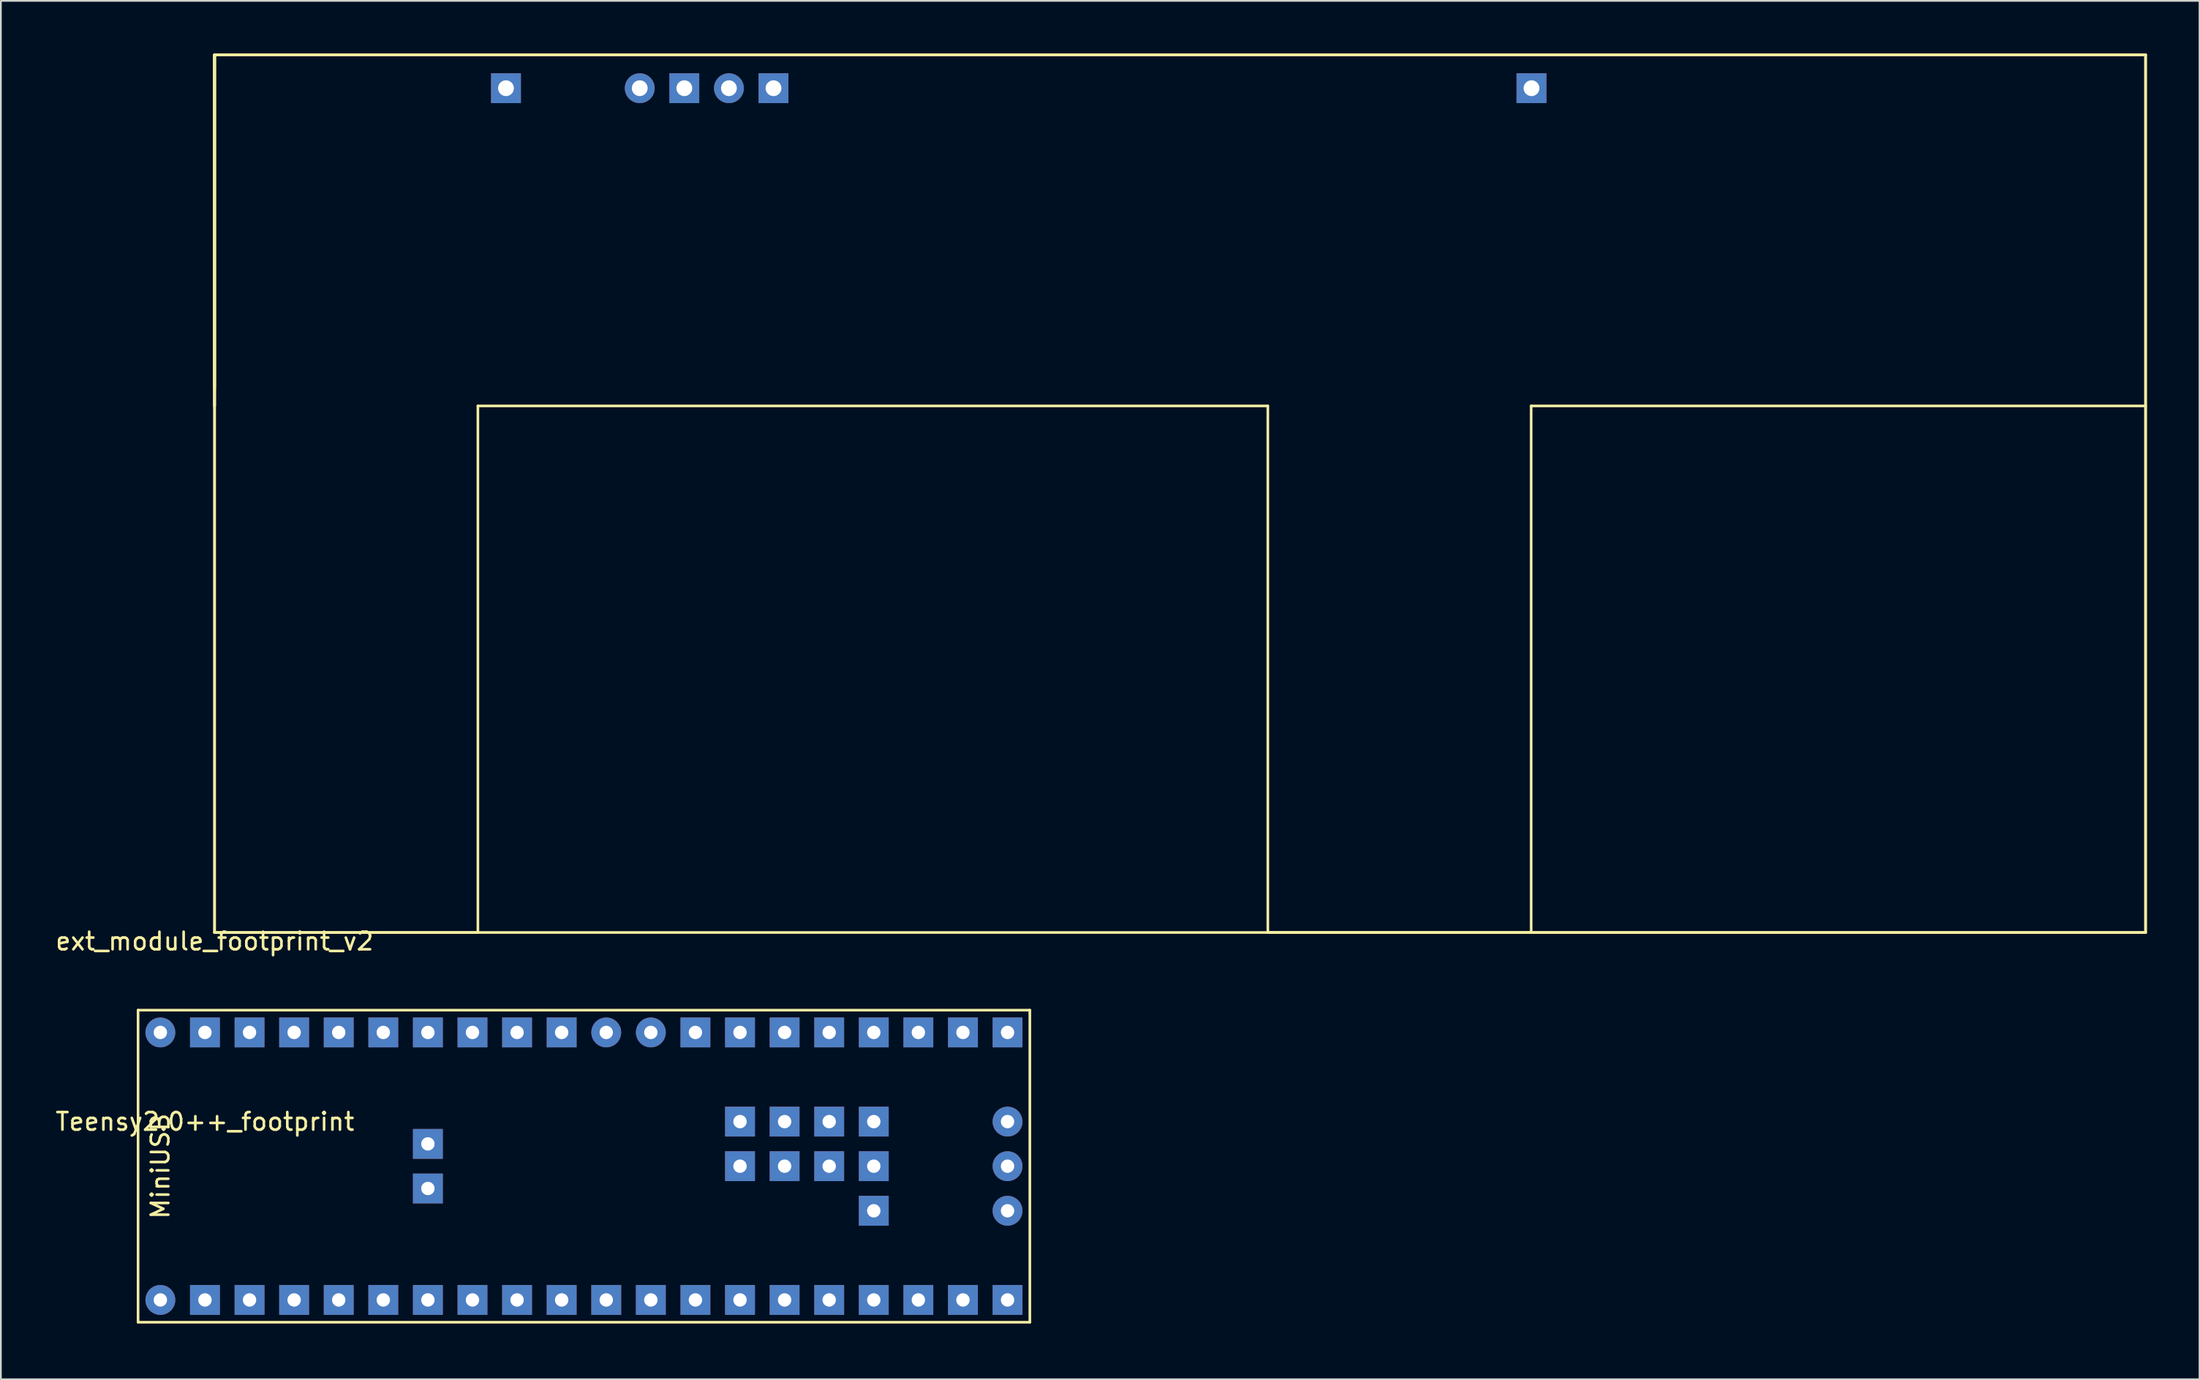
<source format=kicad_pcb>
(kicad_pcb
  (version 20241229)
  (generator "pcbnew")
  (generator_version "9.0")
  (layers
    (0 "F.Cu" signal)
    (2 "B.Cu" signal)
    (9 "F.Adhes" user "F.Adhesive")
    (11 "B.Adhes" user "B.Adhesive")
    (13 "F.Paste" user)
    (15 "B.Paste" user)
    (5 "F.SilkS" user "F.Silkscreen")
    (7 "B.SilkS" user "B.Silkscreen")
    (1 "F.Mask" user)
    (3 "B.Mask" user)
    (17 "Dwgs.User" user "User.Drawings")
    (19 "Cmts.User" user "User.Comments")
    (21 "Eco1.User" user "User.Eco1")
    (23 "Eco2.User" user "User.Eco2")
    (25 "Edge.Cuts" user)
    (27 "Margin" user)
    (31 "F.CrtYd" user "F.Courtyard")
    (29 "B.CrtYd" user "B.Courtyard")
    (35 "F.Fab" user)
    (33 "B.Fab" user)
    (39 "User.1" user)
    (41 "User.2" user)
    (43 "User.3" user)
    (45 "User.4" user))
  (footprint "ext_module_footprint_v2"
    (layer "F.Cu")
    (at 9.173 50.075)
    (property "Reference" "ext_module_footprint_v2" (at 0 0.5 0) (layer "F.SilkS") (effects (font (size 1 1) (thickness 0.15))))
    (attr through_hole)
    (fp_line (start 0 -50) (end 110 -50) (stroke (width 0.15) (type solid)) (layer "F.Mask"))
    (fp_line (start 0 -30) (end 0 -50) (stroke (width 0.15) (type solid)) (layer "F.Mask"))
    (fp_line (start 0 -30) (end 110 -30) (stroke (width 0.15) (type solid)) (layer "F.Mask"))
    (fp_line (start 0 0) (end 0 -30) (stroke (width 0.15) (type solid)) (layer "F.Mask"))
    (fp_line (start 0 0) (end 15 0) (stroke (width 0.15) (type solid)) (layer "F.Mask"))
    (fp_line (start 0 0) (end 60 0) (stroke (width 0.15) (type solid)) (layer "F.Mask"))
    (fp_line (start 15 0) (end 15 -50) (stroke (width 0.15) (type solid)) (layer "F.Mask"))
    (fp_line (start 60 0) (end 60 -50) (stroke (width 0.15) (type solid)) (layer "F.Mask"))
    (fp_line (start 110 -50) (end 110 -30) (stroke (width 0.15) (type solid)) (layer "F.Mask"))
    (fp_line (start 110 -30) (end 110 0) (stroke (width 0.15) (type solid)) (layer "F.Mask"))
    (fp_line (start 110 0) (end 60 0) (stroke (width 0.15) (type solid)) (layer "F.Mask"))
    (fp_line (start 0 -50) (end 0 -31) (stroke (width 0.15) (type solid)) (layer "F.SilkS"))
    (fp_line (start 0 -50) (end 0 -30) (stroke (width 0.15) (type solid)) (layer "F.SilkS"))
    (fp_line (start 0 -50) (end 0 0) (stroke (width 0.15) (type solid)) (layer "F.SilkS"))
    (fp_line (start 0 -31) (end 0 -50) (stroke (width 0.15) (type solid)) (layer "F.SilkS"))
    (fp_line (start 0 -30) (end 0 -50) (stroke (width 0.15) (type solid)) (layer "F.SilkS"))
    (fp_line (start 0 0) (end 0 -50) (stroke (width 0.15) (type solid)) (layer "F.SilkS"))
    (fp_line (start 0 0) (end 15 0) (stroke (width 0.15) (type solid)) (layer "F.SilkS"))
    (fp_line (start 0 0) (end 110 0) (stroke (width 0.15) (type solid)) (layer "F.SilkS"))
    (fp_line (start 15 -30) (end 60 -30) (stroke (width 0.15) (type solid)) (layer "F.SilkS"))
    (fp_line (start 15 0) (end 15 -30) (stroke (width 0.15) (type solid)) (layer "F.SilkS"))
    (fp_line (start 60 -30) (end 60 0) (stroke (width 0.15) (type solid)) (layer "F.SilkS"))
    (fp_line (start 60 0) (end 75 0) (stroke (width 0.15) (type solid)) (layer "F.SilkS"))
    (fp_line (start 60 0) (end 110 0) (stroke (width 0.15) (type solid)) (layer "F.SilkS"))
    (fp_line (start 75 -30) (end 110 -30) (stroke (width 0.15) (type solid)) (layer "F.SilkS"))
    (fp_line (start 75 0) (end 75 -30) (stroke (width 0.15) (type solid)) (layer "F.SilkS"))
    (fp_line (start 110 -50) (end 0 -50) (stroke (width 0.15) (type solid)) (layer "F.SilkS"))
    (fp_line (start 110 -50) (end 0 -50) (stroke (width 0.15) (type solid)) (layer "F.SilkS"))
    (fp_line (start 110 0) (end 110 -50) (stroke (width 0.15) (type solid)) (layer "F.SilkS"))
    (fp_line (start 110 0) (end 110 -50) (stroke (width 0.15) (type solid)) (layer "F.SilkS"))
    (pad "1" thru_hole rect (at 16.6 -48.1) (size 1.7 1.7) (drill 0.9) (layers "*.Cu" "*.Mask"))
    (pad "4" thru_hole circle (at 24.22 -48.1) (size 1.7 1.7) (drill 0.9) (layers "*.Cu" "*.Mask"))
    (pad "5" thru_hole rect (at 26.76 -48.1) (size 1.7 1.7) (drill 0.9) (layers "*.Cu" "*.Mask"))
    (pad "6" thru_hole circle (at 29.3 -48.1) (size 1.7 1.7) (drill 0.9) (layers "*.Cu" "*.Mask"))
    (pad "7" thru_hole rect (at 31.84 -48.1) (size 1.7 1.7) (drill 0.9) (layers "*.Cu" "*.Mask"))
    (pad "8" thru_hole rect (at 75.02 -48.1) (size 1.7 1.7) (drill 0.9) (layers "*.Cu" "*.Mask")))
  (footprint "Teensy2.0++_footprint"
    (layer "F.Cu")
    (at 4.815 72.278)
    (property "Reference" "Teensy2.0++_footprint" (at 3.81 -11.43 0) (layer "F.SilkS") (effects (font (size 1 1) (thickness 0.15))))
    (attr through_hole)
    (fp_line (start 0 -12.7) (end 3.81 -12.7) (stroke (width 0.15) (type solid)) (layer "F.Mask"))
    (fp_line (start 3.81 -12.7) (end 3.81 -5.08) (stroke (width 0.15) (type solid)) (layer "F.Mask"))
    (fp_line (start 3.81 -5.08) (end 0 -5.08) (stroke (width 0.15) (type solid)) (layer "F.Mask"))
    (fp_line (start 0 -17.78) (end 50.8 -17.78) (stroke (width 0.15) (type solid)) (layer "F.SilkS"))
    (fp_line (start 0 0) (end 0 -17.78) (stroke (width 0.15) (type solid)) (layer "F.SilkS"))
    (fp_line (start 50.8 -17.78) (end 50.8 0) (stroke (width 0.15) (type solid)) (layer "F.SilkS"))
    (fp_line (start 50.8 0) (end 0 0) (stroke (width 0.15) (type solid)) (layer "F.SilkS"))
    (fp_text user "MiniUSB" (at 1.27 -8.89 90) (layer "F.SilkS") (effects (font (size 1 1) (thickness 0.15))))
    (pad "0" thru_hole rect (at 6.35 -1.27) (size 1.7 1.7) (drill 0.762) (layers "*.Cu" "*.Mask"))
    (pad "1" thru_hole rect (at 8.89 -1.27) (size 1.7 1.7) (drill 0.762) (layers "*.Cu" "*.Mask"))
    (pad "2" thru_hole rect (at 11.43 -1.27) (size 1.7 1.7) (drill 0.762) (layers "*.Cu" "*.Mask"))
    (pad "3" thru_hole rect (at 13.97 -1.27) (size 1.7 1.7) (drill 0.762) (layers "*.Cu" "*.Mask"))
    (pad "4" thru_hole rect (at 16.51 -1.27) (size 1.7 1.7) (drill 0.762) (layers "*.Cu" "*.Mask"))
    (pad "5" thru_hole rect (at 19.05 -1.27) (size 1.7 1.7) (drill 0.762) (layers "*.Cu" "*.Mask"))
    (pad "6" thru_hole rect (at 21.59 -1.27) (size 1.7 1.7) (drill 0.762) (layers "*.Cu" "*.Mask"))
    (pad "7" thru_hole rect (at 24.13 -1.27) (size 1.7 1.7) (drill 0.762) (layers "*.Cu" "*.Mask"))
    (pad "8" thru_hole rect (at 26.67 -1.27) (size 1.7 1.7) (drill 0.762) (layers "*.Cu" "*.Mask"))
    (pad "9" thru_hole rect (at 29.21 -1.27) (size 1.7 1.7) (drill 0.762) (layers "*.Cu" "*.Mask"))
    (pad "10" thru_hole rect (at 31.75 -1.27) (size 1.7 1.7) (drill 0.762) (layers "*.Cu" "*.Mask"))
    (pad "11" thru_hole rect (at 34.29 -1.27) (size 1.7 1.7) (drill 0.762) (layers "*.Cu" "*.Mask"))
    (pad "12" thru_hole rect (at 36.83 -1.27) (size 1.7 1.7) (drill 0.762) (layers "*.Cu" "*.Mask"))
    (pad "13" thru_hole rect (at 39.37 -1.27) (size 1.7 1.7) (drill 0.762) (layers "*.Cu" "*.Mask"))
    (pad "14" thru_hole rect (at 41.91 -1.27) (size 1.7 1.7) (drill 0.762) (layers "*.Cu" "*.Mask"))
    (pad "15" thru_hole rect (at 44.45 -1.27) (size 1.7 1.7) (drill 0.762) (layers "*.Cu" "*.Mask"))
    (pad "16" thru_hole rect (at 46.99 -1.27) (size 1.7 1.7) (drill 0.762) (layers "*.Cu" "*.Mask"))
    (pad "17" thru_hole rect (at 49.53 -1.27) (size 1.7 1.7) (drill 0.762) (layers "*.Cu" "*.Mask"))
    (pad "18" thru_hole rect (at 24.13 -16.51) (size 1.7 1.7) (drill 0.762) (layers "*.Cu" "*.Mask"))
    (pad "19" thru_hole rect (at 21.59 -16.51) (size 1.7 1.7) (drill 0.762) (layers "*.Cu" "*.Mask"))
    (pad "20" thru_hole rect (at 19.05 -16.51) (size 1.7 1.7) (drill 0.762) (layers "*.Cu" "*.Mask"))
    (pad "21" thru_hole rect (at 16.51 -16.51) (size 1.7 1.7) (drill 0.762) (layers "*.Cu" "*.Mask"))
    (pad "22" thru_hole rect (at 13.97 -16.51) (size 1.7 1.7) (drill 0.762) (layers "*.Cu" "*.Mask"))
    (pad "23" thru_hole rect (at 11.43 -16.51) (size 1.7 1.7) (drill 0.762) (layers "*.Cu" "*.Mask"))
    (pad "24" thru_hole rect (at 8.89 -16.51) (size 1.7 1.7) (drill 0.762) (layers "*.Cu" "*.Mask"))
    (pad "25" thru_hole rect (at 6.35 -16.51) (size 1.7 1.7) (drill 0.762) (layers "*.Cu" "*.Mask"))
    (pad "26" thru_hole rect (at 3.81 -16.51) (size 1.7 1.7) (drill 0.762) (layers "*.Cu" "*.Mask"))
    (pad "27" thru_hole rect (at 3.81 -1.27) (size 1.7 1.7) (drill 0.762) (layers "*.Cu" "*.Mask"))
    (pad "28" thru_hole rect (at 34.29 -11.43) (size 1.7 1.7) (drill 0.762) (layers "*.Cu" "*.Mask"))
    (pad "29" thru_hole rect (at 36.83 -11.43) (size 1.7 1.7) (drill 0.762) (layers "*.Cu" "*.Mask"))
    (pad "30" thru_hole rect (at 39.37 -11.43) (size 1.7 1.7) (drill 0.762) (layers "*.Cu" "*.Mask"))
    (pad "31" thru_hole rect (at 41.91 -11.43) (size 1.7 1.7) (drill 0.762) (layers "*.Cu" "*.Mask"))
    (pad "32" thru_hole rect (at 34.29 -8.89) (size 1.7 1.7) (drill 0.762) (layers "*.Cu" "*.Mask"))
    (pad "33" thru_hole rect (at 36.83 -8.89) (size 1.7 1.7) (drill 0.762) (layers "*.Cu" "*.Mask"))
    (pad "34" thru_hole rect (at 39.37 -8.89) (size 1.7 1.7) (drill 0.762) (layers "*.Cu" "*.Mask"))
    (pad "35" thru_hole rect (at 41.91 -8.89) (size 1.7 1.7) (drill 0.762) (layers "*.Cu" "*.Mask"))
    (pad "36" thru_hole rect (at 16.51 -10.16) (size 1.7 1.7) (drill 0.762) (layers "*.Cu" "*.Mask"))
    (pad "37" thru_hole rect (at 16.51 -7.62) (size 1.7 1.7) (drill 0.762) (layers "*.Cu" "*.Mask"))
    (pad "38" thru_hole rect (at 31.75 -16.51) (size 1.7 1.7) (drill 0.762) (layers "*.Cu" "*.Mask"))
    (pad "39" thru_hole rect (at 34.29 -16.51) (size 1.7 1.7) (drill 0.762) (layers "*.Cu" "*.Mask"))
    (pad "40" thru_hole rect (at 36.83 -16.51) (size 1.7 1.7) (drill 0.762) (layers "*.Cu" "*.Mask"))
    (pad "41" thru_hole rect (at 39.37 -16.51) (size 1.7 1.7) (drill 0.762) (layers "*.Cu" "*.Mask"))
    (pad "42" thru_hole rect (at 41.91 -16.51) (size 1.7 1.7) (drill 0.762) (layers "*.Cu" "*.Mask"))
    (pad "43" thru_hole rect (at 44.45 -16.51) (size 1.7 1.7) (drill 0.762) (layers "*.Cu" "*.Mask"))
    (pad "44" thru_hole rect (at 46.99 -16.51) (size 1.7 1.7) (drill 0.762) (layers "*.Cu" "*.Mask"))
    (pad "45" thru_hole rect (at 49.53 -16.51) (size 1.7 1.7) (drill 0.762) (layers "*.Cu" "*.Mask"))
    (pad "46" thru_hole circle (at 1.27 -16.51) (size 1.7 1.7) (drill 0.762) (layers "*.Cu" "*.Mask"))
    (pad "47" thru_hole circle (at 26.67 -16.51) (size 1.7 1.7) (drill 0.762) (layers "*.Cu" "*.Mask"))
    (pad "48" thru_hole circle (at 29.21 -16.51) (size 1.7 1.7) (drill 0.762) (layers "*.Cu" "*.Mask"))
    (pad "49" thru_hole circle (at 1.27 -1.27) (size 1.7 1.7) (drill 0.762) (layers "*.Cu" "*.Mask"))
    (pad "50" thru_hole rect (at 41.91 -6.35) (size 1.7 1.7) (drill 0.762) (layers "*.Cu" "*.Mask"))
    (pad "51" thru_hole circle (at 49.53 -6.35) (size 1.7 1.7) (drill 0.762) (layers "*.Cu" "*.Mask"))
    (pad "52" thru_hole circle (at 49.53 -8.89) (size 1.7 1.7) (drill 0.762) (layers "*.Cu" "*.Mask"))
    (pad "53" thru_hole circle (at 49.53 -11.43 90) (size 1.7 1.7) (drill 0.762) (layers "*.Cu" "*.Mask")))
  (gr_rect
    (start -3 -3)
    (end 122.248 75.528)
    (stroke (width 0.1) (type default))
    (fill no)
    (layer "Edge.Cuts")))
</source>
